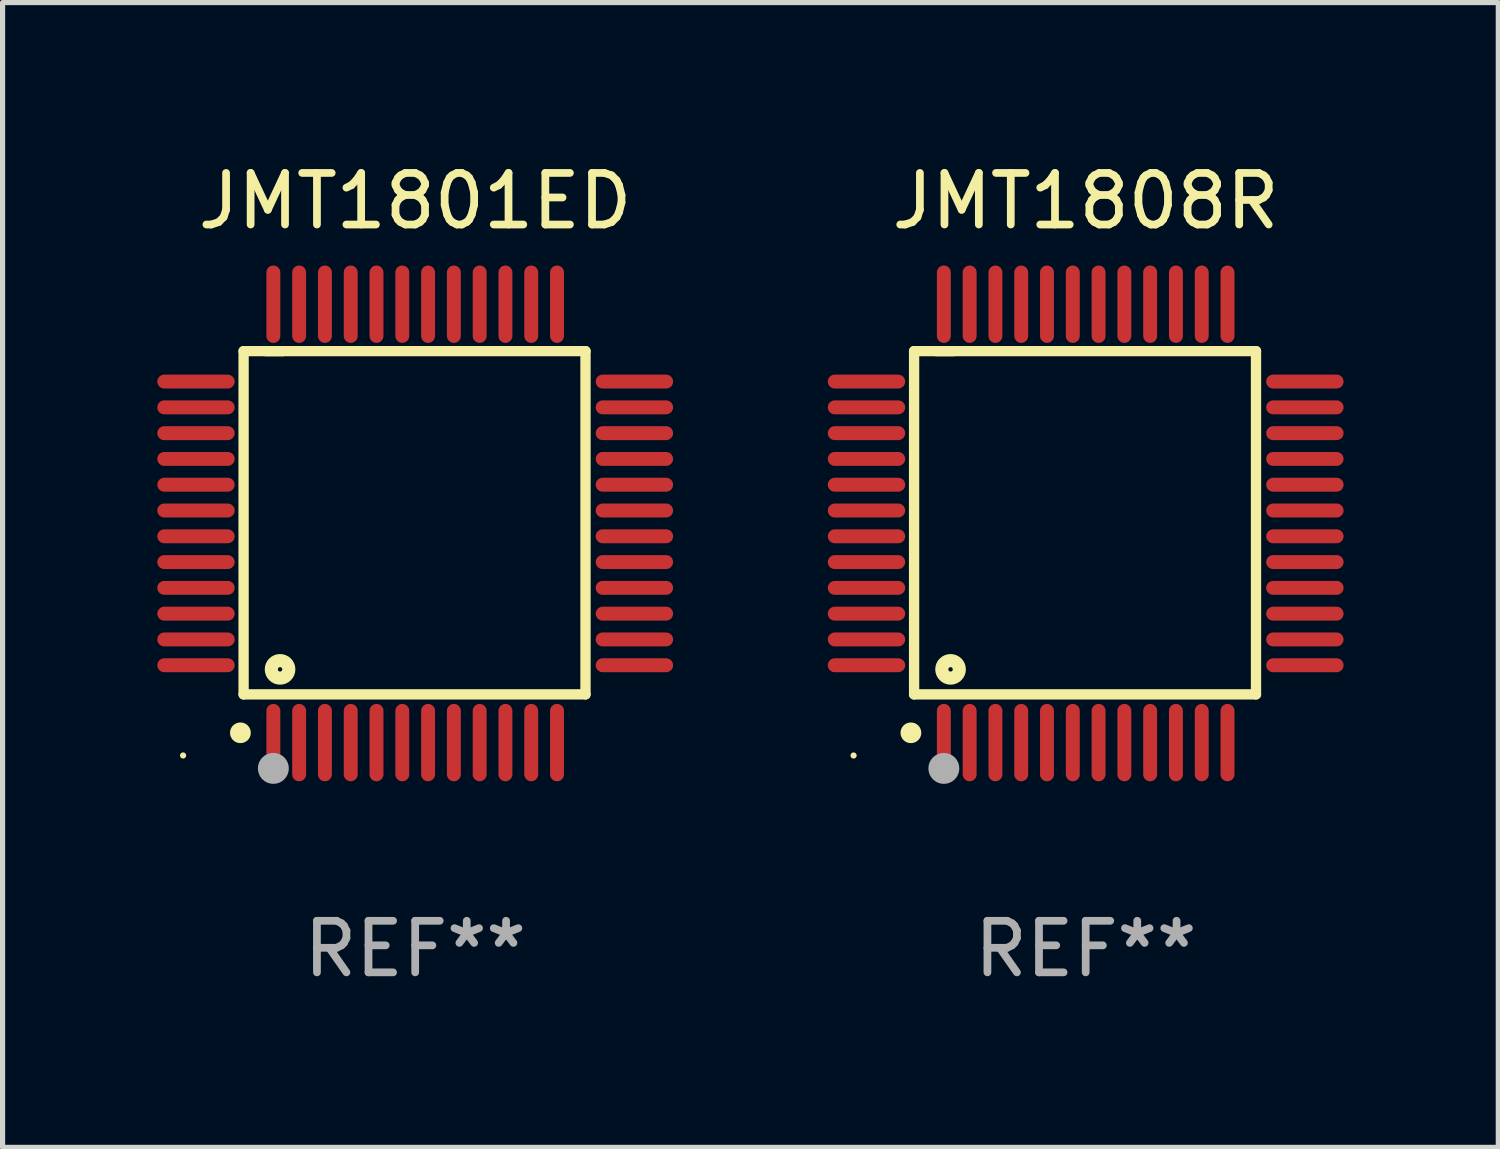
<source format=kicad_pcb>
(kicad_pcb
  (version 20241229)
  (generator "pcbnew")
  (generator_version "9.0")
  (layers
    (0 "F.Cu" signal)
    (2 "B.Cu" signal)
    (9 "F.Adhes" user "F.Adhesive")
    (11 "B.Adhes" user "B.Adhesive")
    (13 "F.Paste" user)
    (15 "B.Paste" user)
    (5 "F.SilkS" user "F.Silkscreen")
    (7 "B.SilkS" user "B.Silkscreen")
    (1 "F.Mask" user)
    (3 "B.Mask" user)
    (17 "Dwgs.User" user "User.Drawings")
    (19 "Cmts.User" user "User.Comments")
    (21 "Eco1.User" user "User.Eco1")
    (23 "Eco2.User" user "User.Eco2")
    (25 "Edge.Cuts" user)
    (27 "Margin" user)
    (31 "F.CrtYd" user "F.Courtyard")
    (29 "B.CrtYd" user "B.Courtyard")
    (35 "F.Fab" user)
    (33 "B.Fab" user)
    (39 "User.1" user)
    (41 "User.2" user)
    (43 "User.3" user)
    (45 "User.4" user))
  (footprint "JMT1801ED"
    (layer "F.Cu")
    (at 5 7.098)
    (property "Reference" "JMT1801ED" (at 0 -6.25 0) (layer "F.SilkS") (effects (font (size 1 1) (thickness 0.15))))
    (attr through_hole)
    (fp_line (start -3.327 -3.34) (end -2.565 -3.34) (stroke (width 0.2) (type solid)) (layer "F.SilkS"))
    (fp_line (start -3.327 3.315) (end -3.327 -3.34) (stroke (width 0.2) (type solid)) (layer "F.SilkS"))
    (fp_line (start -2.896 -3.34) (end 3.302 -3.34) (stroke (width 0.2) (type solid)) (layer "F.SilkS"))
    (fp_line (start 3.302 -3.34) (end 3.302 3.315) (stroke (width 0.2) (type solid)) (layer "F.SilkS"))
    (fp_line (start 3.302 3.315) (end -3.327 3.315) (stroke (width 0.2) (type solid)) (layer "F.SilkS"))
    (fp_arc (start -3.389992 4.059995) (mid -3.388722 4.059991) (end -3.387452 4.059995) (stroke (width 0.4) (type solid)) (layer "F.SilkS"))
    (fp_circle (center -4.5 4.5) (end -4.47 4.5) (stroke (width 0.06) (type solid)) (fill no) (layer "F.SilkS"))
    (fp_circle (center -2.62 2.83) (end -2.45 2.83) (stroke (width 0.254) (type solid)) (fill no) (layer "F.SilkS"))
    (fp_circle (center -2.75 4.75) (end -2.6 4.75) (stroke (width 0.3) (type solid)) (fill no) (layer "F.Fab"))
    (fp_text user "REF**" (at 0 8.25 0) (layer "F.Fab") (effects (font (size 1 1) (thickness 0.15))))
    (pad "1" smd oval (at -2.75 4.25) (size 0.27 1.5) (layers "F.Cu" "F.Mask" "F.Paste"))
    (pad "2" smd oval (at -2.25 4.25) (size 0.27 1.5) (layers "F.Cu" "F.Mask" "F.Paste"))
    (pad "3" smd oval (at -1.75 4.25) (size 0.27 1.5) (layers "F.Cu" "F.Mask" "F.Paste"))
    (pad "4" smd oval (at -1.25 4.25) (size 0.27 1.5) (layers "F.Cu" "F.Mask" "F.Paste"))
    (pad "5" smd oval (at -0.75 4.25) (size 0.27 1.5) (layers "F.Cu" "F.Mask" "F.Paste"))
    (pad "6" smd oval (at -0.25 4.25) (size 0.27 1.5) (layers "F.Cu" "F.Mask" "F.Paste"))
    (pad "7" smd oval (at 0.25 4.25) (size 0.27 1.5) (layers "F.Cu" "F.Mask" "F.Paste"))
    (pad "8" smd oval (at 0.75 4.25) (size 0.27 1.5) (layers "F.Cu" "F.Mask" "F.Paste"))
    (pad "9" smd oval (at 1.25 4.25) (size 0.27 1.5) (layers "F.Cu" "F.Mask" "F.Paste"))
    (pad "10" smd oval (at 1.75 4.25) (size 0.27 1.5) (layers "F.Cu" "F.Mask" "F.Paste"))
    (pad "11" smd oval (at 2.25 4.25) (size 0.27 1.5) (layers "F.Cu" "F.Mask" "F.Paste"))
    (pad "12" smd oval (at 2.75 4.25) (size 0.27 1.5) (layers "F.Cu" "F.Mask" "F.Paste"))
    (pad "13" smd oval (at 4.25 2.75) (size 1.5 0.27) (layers "F.Cu" "F.Mask" "F.Paste"))
    (pad "14" smd oval (at 4.25 2.25) (size 1.5 0.27) (layers "F.Cu" "F.Mask" "F.Paste"))
    (pad "15" smd oval (at 4.25 1.75) (size 1.5 0.27) (layers "F.Cu" "F.Mask" "F.Paste"))
    (pad "16" smd oval (at 4.25 1.25) (size 1.5 0.27) (layers "F.Cu" "F.Mask" "F.Paste"))
    (pad "17" smd oval (at 4.25 0.75) (size 1.5 0.27) (layers "F.Cu" "F.Mask" "F.Paste"))
    (pad "18" smd oval (at 4.25 0.25) (size 1.5 0.27) (layers "F.Cu" "F.Mask" "F.Paste"))
    (pad "19" smd oval (at 4.25 -0.25) (size 1.5 0.27) (layers "F.Cu" "F.Mask" "F.Paste"))
    (pad "20" smd oval (at 4.25 -0.75) (size 1.5 0.27) (layers "F.Cu" "F.Mask" "F.Paste"))
    (pad "21" smd oval (at 4.25 -1.25) (size 1.5 0.27) (layers "F.Cu" "F.Mask" "F.Paste"))
    (pad "22" smd oval (at 4.25 -1.75) (size 1.5 0.27) (layers "F.Cu" "F.Mask" "F.Paste"))
    (pad "23" smd oval (at 4.25 -2.25) (size 1.5 0.27) (layers "F.Cu" "F.Mask" "F.Paste"))
    (pad "24" smd oval (at 4.25 -2.75) (size 1.5 0.27) (layers "F.Cu" "F.Mask" "F.Paste"))
    (pad "25" smd oval (at 2.75 -4.25) (size 0.27 1.5) (layers "F.Cu" "F.Mask" "F.Paste"))
    (pad "26" smd oval (at 2.25 -4.25) (size 0.27 1.5) (layers "F.Cu" "F.Mask" "F.Paste"))
    (pad "27" smd oval (at 1.75 -4.25) (size 0.27 1.5) (layers "F.Cu" "F.Mask" "F.Paste"))
    (pad "28" smd oval (at 1.25 -4.25) (size 0.27 1.5) (layers "F.Cu" "F.Mask" "F.Paste"))
    (pad "29" smd oval (at 0.75 -4.25) (size 0.27 1.5) (layers "F.Cu" "F.Mask" "F.Paste"))
    (pad "30" smd oval (at 0.25 -4.25) (size 0.27 1.5) (layers "F.Cu" "F.Mask" "F.Paste"))
    (pad "31" smd oval (at -0.25 -4.25) (size 0.27 1.5) (layers "F.Cu" "F.Mask" "F.Paste"))
    (pad "32" smd oval (at -0.75 -4.25) (size 0.27 1.5) (layers "F.Cu" "F.Mask" "F.Paste"))
    (pad "33" smd oval (at -1.25 -4.25) (size 0.27 1.5) (layers "F.Cu" "F.Mask" "F.Paste"))
    (pad "34" smd oval (at -1.75 -4.25) (size 0.27 1.5) (layers "F.Cu" "F.Mask" "F.Paste"))
    (pad "35" smd oval (at -2.25 -4.25) (size 0.27 1.5) (layers "F.Cu" "F.Mask" "F.Paste"))
    (pad "36" smd oval (at -2.75 -4.25) (size 0.27 1.5) (layers "F.Cu" "F.Mask" "F.Paste"))
    (pad "37" smd oval (at -4.25 -2.75) (size 1.5 0.27) (layers "F.Cu" "F.Mask" "F.Paste"))
    (pad "38" smd oval (at -4.25 -2.25) (size 1.5 0.27) (layers "F.Cu" "F.Mask" "F.Paste"))
    (pad "39" smd oval (at -4.25 -1.75) (size 1.5 0.27) (layers "F.Cu" "F.Mask" "F.Paste"))
    (pad "40" smd oval (at -4.25 -1.25) (size 1.5 0.27) (layers "F.Cu" "F.Mask" "F.Paste"))
    (pad "41" smd oval (at -4.25 -0.75) (size 1.5 0.27) (layers "F.Cu" "F.Mask" "F.Paste"))
    (pad "42" smd oval (at -4.25 -0.25) (size 1.5 0.27) (layers "F.Cu" "F.Mask" "F.Paste"))
    (pad "43" smd oval (at -4.25 0.25) (size 1.5 0.27) (layers "F.Cu" "F.Mask" "F.Paste"))
    (pad "44" smd oval (at -4.25 0.75) (size 1.5 0.27) (layers "F.Cu" "F.Mask" "F.Paste"))
    (pad "45" smd oval (at -4.25 1.25) (size 1.5 0.27) (layers "F.Cu" "F.Mask" "F.Paste"))
    (pad "46" smd oval (at -4.25 1.75) (size 1.5 0.27) (layers "F.Cu" "F.Mask" "F.Paste"))
    (pad "47" smd oval (at -4.25 2.25) (size 1.5 0.27) (layers "F.Cu" "F.Mask" "F.Paste"))
    (pad "48" smd oval (at -4.25 2.75) (size 1.5 0.27) (layers "F.Cu" "F.Mask" "F.Paste")))
  (footprint "JMT1808R"
    (layer "F.Cu")
    (at 18 7.098)
    (property "Reference" "JMT1808R" (at 0 -6.25 0) (layer "F.SilkS") (effects (font (size 1 1) (thickness 0.15))))
    (attr through_hole)
    (fp_line (start -3.327 -3.34) (end -2.565 -3.34) (stroke (width 0.2) (type solid)) (layer "F.SilkS"))
    (fp_line (start -3.327 3.315) (end -3.327 -3.34) (stroke (width 0.2) (type solid)) (layer "F.SilkS"))
    (fp_line (start -2.896 -3.34) (end 3.302 -3.34) (stroke (width 0.2) (type solid)) (layer "F.SilkS"))
    (fp_line (start 3.302 -3.34) (end 3.302 3.315) (stroke (width 0.2) (type solid)) (layer "F.SilkS"))
    (fp_line (start 3.302 3.315) (end -3.327 3.315) (stroke (width 0.2) (type solid)) (layer "F.SilkS"))
    (fp_arc (start -3.389992 4.059995) (mid -3.388722 4.059991) (end -3.387452 4.059995) (stroke (width 0.4) (type solid)) (layer "F.SilkS"))
    (fp_circle (center -4.5 4.5) (end -4.47 4.5) (stroke (width 0.06) (type solid)) (fill no) (layer "F.SilkS"))
    (fp_circle (center -2.62 2.83) (end -2.45 2.83) (stroke (width 0.254) (type solid)) (fill no) (layer "F.SilkS"))
    (fp_circle (center -2.75 4.75) (end -2.6 4.75) (stroke (width 0.3) (type solid)) (fill no) (layer "F.Fab"))
    (fp_text user "REF**" (at 0 8.25 0) (layer "F.Fab") (effects (font (size 1 1) (thickness 0.15))))
    (pad "1" smd oval (at -2.75 4.25) (size 0.27 1.5) (layers "F.Cu" "F.Mask" "F.Paste"))
    (pad "2" smd oval (at -2.25 4.25) (size 0.27 1.5) (layers "F.Cu" "F.Mask" "F.Paste"))
    (pad "3" smd oval (at -1.75 4.25) (size 0.27 1.5) (layers "F.Cu" "F.Mask" "F.Paste"))
    (pad "4" smd oval (at -1.25 4.25) (size 0.27 1.5) (layers "F.Cu" "F.Mask" "F.Paste"))
    (pad "5" smd oval (at -0.75 4.25) (size 0.27 1.5) (layers "F.Cu" "F.Mask" "F.Paste"))
    (pad "6" smd oval (at -0.25 4.25) (size 0.27 1.5) (layers "F.Cu" "F.Mask" "F.Paste"))
    (pad "7" smd oval (at 0.25 4.25) (size 0.27 1.5) (layers "F.Cu" "F.Mask" "F.Paste"))
    (pad "8" smd oval (at 0.75 4.25) (size 0.27 1.5) (layers "F.Cu" "F.Mask" "F.Paste"))
    (pad "9" smd oval (at 1.25 4.25) (size 0.27 1.5) (layers "F.Cu" "F.Mask" "F.Paste"))
    (pad "10" smd oval (at 1.75 4.25) (size 0.27 1.5) (layers "F.Cu" "F.Mask" "F.Paste"))
    (pad "11" smd oval (at 2.25 4.25) (size 0.27 1.5) (layers "F.Cu" "F.Mask" "F.Paste"))
    (pad "12" smd oval (at 2.75 4.25) (size 0.27 1.5) (layers "F.Cu" "F.Mask" "F.Paste"))
    (pad "13" smd oval (at 4.25 2.75) (size 1.5 0.27) (layers "F.Cu" "F.Mask" "F.Paste"))
    (pad "14" smd oval (at 4.25 2.25) (size 1.5 0.27) (layers "F.Cu" "F.Mask" "F.Paste"))
    (pad "15" smd oval (at 4.25 1.75) (size 1.5 0.27) (layers "F.Cu" "F.Mask" "F.Paste"))
    (pad "16" smd oval (at 4.25 1.25) (size 1.5 0.27) (layers "F.Cu" "F.Mask" "F.Paste"))
    (pad "17" smd oval (at 4.25 0.75) (size 1.5 0.27) (layers "F.Cu" "F.Mask" "F.Paste"))
    (pad "18" smd oval (at 4.25 0.25) (size 1.5 0.27) (layers "F.Cu" "F.Mask" "F.Paste"))
    (pad "19" smd oval (at 4.25 -0.25) (size 1.5 0.27) (layers "F.Cu" "F.Mask" "F.Paste"))
    (pad "20" smd oval (at 4.25 -0.75) (size 1.5 0.27) (layers "F.Cu" "F.Mask" "F.Paste"))
    (pad "21" smd oval (at 4.25 -1.25) (size 1.5 0.27) (layers "F.Cu" "F.Mask" "F.Paste"))
    (pad "22" smd oval (at 4.25 -1.75) (size 1.5 0.27) (layers "F.Cu" "F.Mask" "F.Paste"))
    (pad "23" smd oval (at 4.25 -2.25) (size 1.5 0.27) (layers "F.Cu" "F.Mask" "F.Paste"))
    (pad "24" smd oval (at 4.25 -2.75) (size 1.5 0.27) (layers "F.Cu" "F.Mask" "F.Paste"))
    (pad "25" smd oval (at 2.75 -4.25) (size 0.27 1.5) (layers "F.Cu" "F.Mask" "F.Paste"))
    (pad "26" smd oval (at 2.25 -4.25) (size 0.27 1.5) (layers "F.Cu" "F.Mask" "F.Paste"))
    (pad "27" smd oval (at 1.75 -4.25) (size 0.27 1.5) (layers "F.Cu" "F.Mask" "F.Paste"))
    (pad "28" smd oval (at 1.25 -4.25) (size 0.27 1.5) (layers "F.Cu" "F.Mask" "F.Paste"))
    (pad "29" smd oval (at 0.75 -4.25) (size 0.27 1.5) (layers "F.Cu" "F.Mask" "F.Paste"))
    (pad "30" smd oval (at 0.25 -4.25) (size 0.27 1.5) (layers "F.Cu" "F.Mask" "F.Paste"))
    (pad "31" smd oval (at -0.25 -4.25) (size 0.27 1.5) (layers "F.Cu" "F.Mask" "F.Paste"))
    (pad "32" smd oval (at -0.75 -4.25) (size 0.27 1.5) (layers "F.Cu" "F.Mask" "F.Paste"))
    (pad "33" smd oval (at -1.25 -4.25) (size 0.27 1.5) (layers "F.Cu" "F.Mask" "F.Paste"))
    (pad "34" smd oval (at -1.75 -4.25) (size 0.27 1.5) (layers "F.Cu" "F.Mask" "F.Paste"))
    (pad "35" smd oval (at -2.25 -4.25) (size 0.27 1.5) (layers "F.Cu" "F.Mask" "F.Paste"))
    (pad "36" smd oval (at -2.75 -4.25) (size 0.27 1.5) (layers "F.Cu" "F.Mask" "F.Paste"))
    (pad "37" smd oval (at -4.25 -2.75) (size 1.5 0.27) (layers "F.Cu" "F.Mask" "F.Paste"))
    (pad "38" smd oval (at -4.25 -2.25) (size 1.5 0.27) (layers "F.Cu" "F.Mask" "F.Paste"))
    (pad "39" smd oval (at -4.25 -1.75) (size 1.5 0.27) (layers "F.Cu" "F.Mask" "F.Paste"))
    (pad "40" smd oval (at -4.25 -1.25) (size 1.5 0.27) (layers "F.Cu" "F.Mask" "F.Paste"))
    (pad "41" smd oval (at -4.25 -0.75) (size 1.5 0.27) (layers "F.Cu" "F.Mask" "F.Paste"))
    (pad "42" smd oval (at -4.25 -0.25) (size 1.5 0.27) (layers "F.Cu" "F.Mask" "F.Paste"))
    (pad "43" smd oval (at -4.25 0.25) (size 1.5 0.27) (layers "F.Cu" "F.Mask" "F.Paste"))
    (pad "44" smd oval (at -4.25 0.75) (size 1.5 0.27) (layers "F.Cu" "F.Mask" "F.Paste"))
    (pad "45" smd oval (at -4.25 1.25) (size 1.5 0.27) (layers "F.Cu" "F.Mask" "F.Paste"))
    (pad "46" smd oval (at -4.25 1.75) (size 1.5 0.27) (layers "F.Cu" "F.Mask" "F.Paste"))
    (pad "47" smd oval (at -4.25 2.25) (size 1.5 0.27) (layers "F.Cu" "F.Mask" "F.Paste"))
    (pad "48" smd oval (at -4.25 2.75) (size 1.5 0.27) (layers "F.Cu" "F.Mask" "F.Paste")))
  (gr_rect
    (start -3 -3)
    (end 26 19.196)
    (stroke (width 0.1) (type default))
    (fill no)
    (layer "Edge.Cuts")))
</source>
